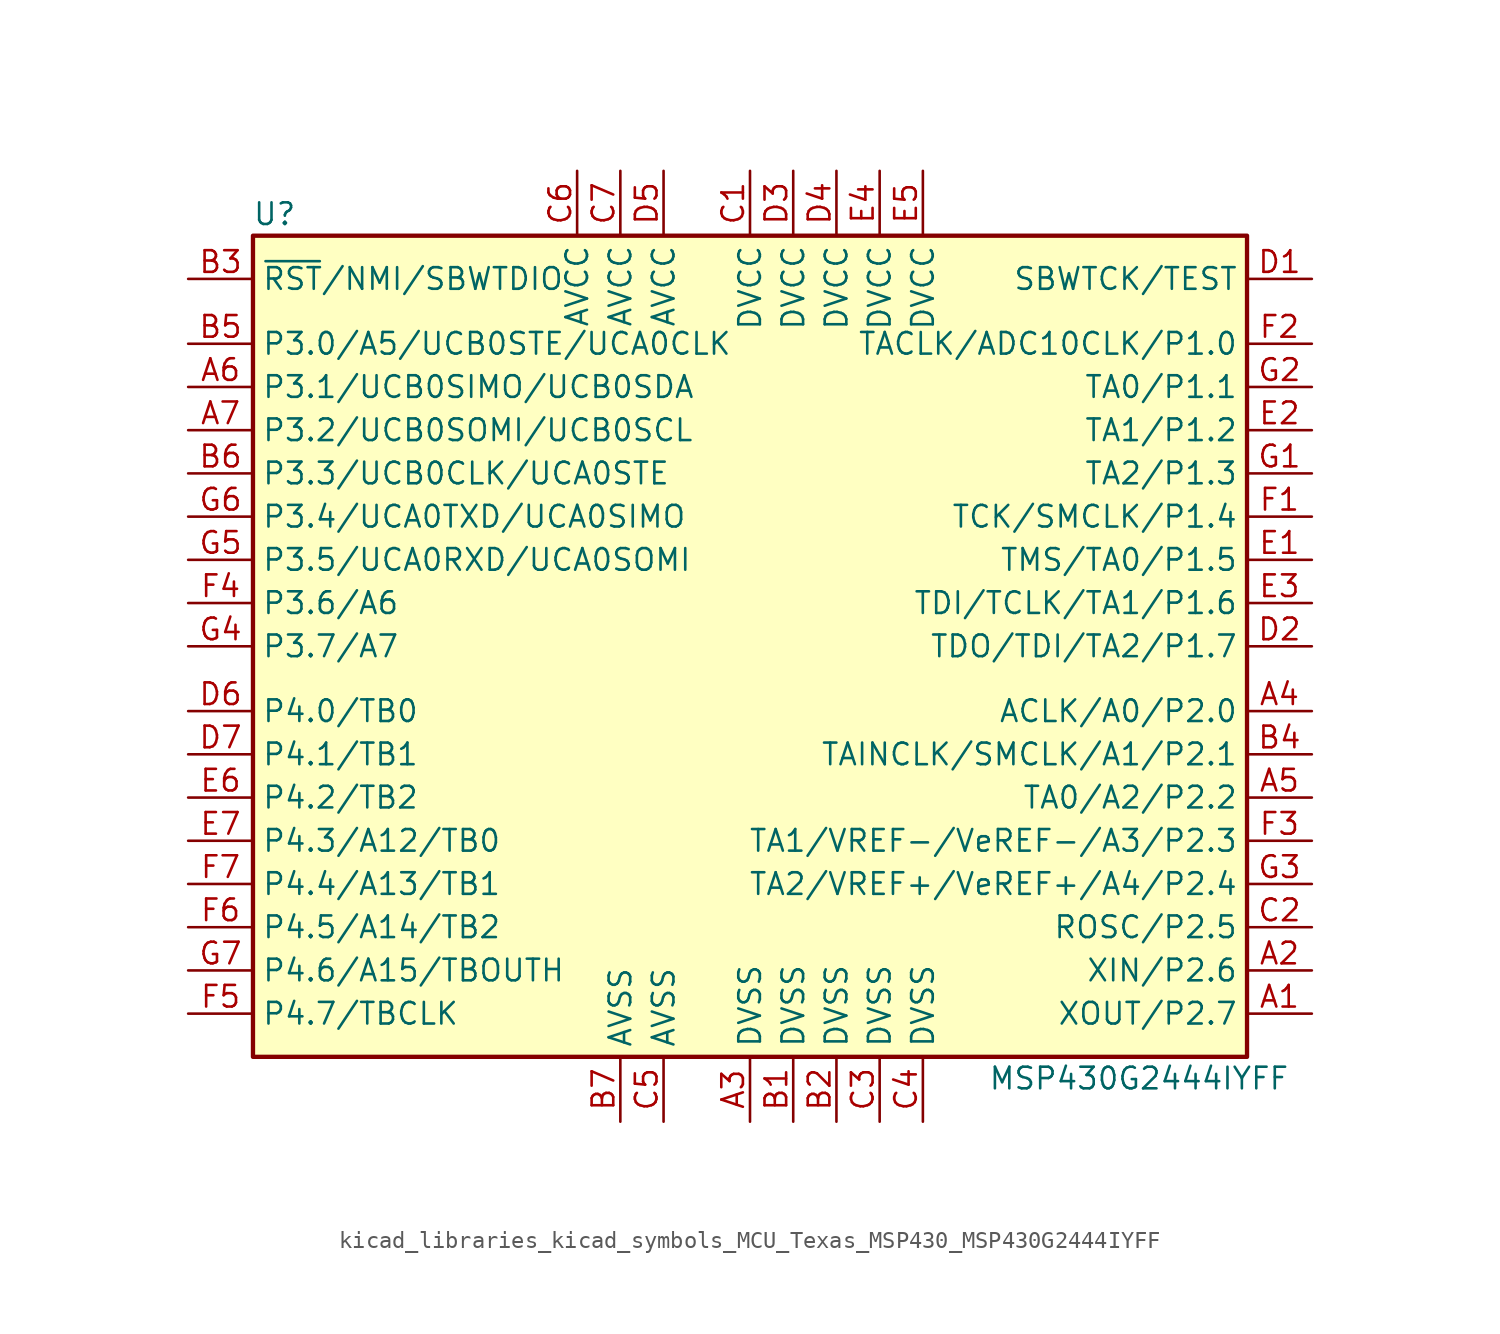
<source format=kicad_sym>
(kicad_symbol_lib
  (version 20220914)
  (generator kicad_symbol_editor)
  (symbol "kicad_libraries_kicad_symbols_MCU_Texas_MSP430_MSP430G2444IYFF"
    (property "Reference" "U"
      (at -27.94 25.4 0)
      (effects (font (size 1.27 1.27))))
    (property "Value" "MSP430G2444IYFF"
      (at 22.86 -25.4 0)
      (effects (font (size 1.27 1.27))))
    (symbol "kicad_libraries_kicad_symbols_MCU_Texas_MSP430_MSP430G2444IYFF_0_1"
      (rectangle (start -29.21 24.13) (end 29.21 -24.13) (stroke (width 0.254) (type default)) (fill (type background))))
    (symbol "kicad_libraries_kicad_symbols_MCU_Texas_MSP430_MSP430G2444IYFF_1_1"
      (pin bidirectional line (at 33.02 -21.59 180) (length 3.81) (name "XOUT/P2.7" (effects (font (size 1.27 1.27)))) (number "A1" (effects (font (size 1.27 1.27)))))
      (pin bidirectional line (at 33.02 -19.05 180) (length 3.81) (name "XIN/P2.6" (effects (font (size 1.27 1.27)))) (number "A2" (effects (font (size 1.27 1.27)))))
      (pin power_in line (at 0 -27.94 90) (length 3.81) (name "DVSS" (effects (font (size 1.27 1.27)))) (number "A3" (effects (font (size 1.27 1.27)))))
      (pin bidirectional line (at 33.02 -3.81 180) (length 3.81) (name "ACLK/A0/P2.0" (effects (font (size 1.27 1.27)))) (number "A4" (effects (font (size 1.27 1.27)))))
      (pin bidirectional line (at 33.02 -8.89 180) (length 3.81) (name "TA0/A2/P2.2" (effects (font (size 1.27 1.27)))) (number "A5" (effects (font (size 1.27 1.27)))))
      (pin bidirectional line (at -33.02 15.24 0) (length 3.81) (name "P3.1/UCB0SIMO/UCB0SDA" (effects (font (size 1.27 1.27)))) (number "A6" (effects (font (size 1.27 1.27)))))
      (pin bidirectional line (at -33.02 12.7 0) (length 3.81) (name "P3.2/UCB0SOMI/UCB0SCL" (effects (font (size 1.27 1.27)))) (number "A7" (effects (font (size 1.27 1.27)))))
      (pin power_in line (at 2.54 -27.94 90) (length 3.81) (name "DVSS" (effects (font (size 1.27 1.27)))) (number "B1" (effects (font (size 1.27 1.27)))))
      (pin power_in line (at 5.08 -27.94 90) (length 3.81) (name "DVSS" (effects (font (size 1.27 1.27)))) (number "B2" (effects (font (size 1.27 1.27)))))
      (pin input line (at -33.02 21.59 0) (length 3.81) (name "~{RST}/NMI/SBWTDIO" (effects (font (size 1.27 1.27)))) (number "B3" (effects (font (size 1.27 1.27)))))
      (pin bidirectional line (at 33.02 -6.35 180) (length 3.81) (name "TAINCLK/SMCLK/A1/P2.1" (effects (font (size 1.27 1.27)))) (number "B4" (effects (font (size 1.27 1.27)))))
      (pin bidirectional line (at -33.02 17.78 0) (length 3.81) (name "P3.0/A5/UCB0STE/UCA0CLK" (effects (font (size 1.27 1.27)))) (number "B5" (effects (font (size 1.27 1.27)))))
      (pin bidirectional line (at -33.02 10.16 0) (length 3.81) (name "P3.3/UCB0CLK/UCA0STE" (effects (font (size 1.27 1.27)))) (number "B6" (effects (font (size 1.27 1.27)))))
      (pin power_in line (at -7.62 -27.94 90) (length 3.81) (name "AVSS" (effects (font (size 1.27 1.27)))) (number "B7" (effects (font (size 1.27 1.27)))))
      (pin power_in line (at 0 27.94 270) (length 3.81) (name "DVCC" (effects (font (size 1.27 1.27)))) (number "C1" (effects (font (size 1.27 1.27)))))
      (pin bidirectional line (at 33.02 -16.51 180) (length 3.81) (name "ROSC/P2.5" (effects (font (size 1.27 1.27)))) (number "C2" (effects (font (size 1.27 1.27)))))
      (pin power_in line (at 7.62 -27.94 90) (length 3.81) (name "DVSS" (effects (font (size 1.27 1.27)))) (number "C3" (effects (font (size 1.27 1.27)))))
      (pin power_in line (at 10.16 -27.94 90) (length 3.81) (name "DVSS" (effects (font (size 1.27 1.27)))) (number "C4" (effects (font (size 1.27 1.27)))))
      (pin power_in line (at -5.08 -27.94 90) (length 3.81) (name "AVSS" (effects (font (size 1.27 1.27)))) (number "C5" (effects (font (size 1.27 1.27)))))
      (pin power_in line (at -10.16 27.94 270) (length 3.81) (name "AVCC" (effects (font (size 1.27 1.27)))) (number "C6" (effects (font (size 1.27 1.27)))))
      (pin power_in line (at -7.62 27.94 270) (length 3.81) (name "AVCC" (effects (font (size 1.27 1.27)))) (number "C7" (effects (font (size 1.27 1.27)))))
      (pin input line (at 33.02 21.59 180) (length 3.81) (name "SBWTCK/TEST" (effects (font (size 1.27 1.27)))) (number "D1" (effects (font (size 1.27 1.27)))))
      (pin bidirectional line (at 33.02 0 180) (length 3.81) (name "TDO/TDI/TA2/P1.7" (effects (font (size 1.27 1.27)))) (number "D2" (effects (font (size 1.27 1.27)))))
      (pin power_in line (at 2.54 27.94 270) (length 3.81) (name "DVCC" (effects (font (size 1.27 1.27)))) (number "D3" (effects (font (size 1.27 1.27)))))
      (pin power_in line (at 5.08 27.94 270) (length 3.81) (name "DVCC" (effects (font (size 1.27 1.27)))) (number "D4" (effects (font (size 1.27 1.27)))))
      (pin power_in line (at -5.08 27.94 270) (length 3.81) (name "AVCC" (effects (font (size 1.27 1.27)))) (number "D5" (effects (font (size 1.27 1.27)))))
      (pin bidirectional line (at -33.02 -3.81 0) (length 3.81) (name "P4.0/TB0" (effects (font (size 1.27 1.27)))) (number "D6" (effects (font (size 1.27 1.27)))))
      (pin bidirectional line (at -33.02 -6.35 0) (length 3.81) (name "P4.1/TB1" (effects (font (size 1.27 1.27)))) (number "D7" (effects (font (size 1.27 1.27)))))
      (pin bidirectional line (at 33.02 5.08 180) (length 3.81) (name "TMS/TA0/P1.5" (effects (font (size 1.27 1.27)))) (number "E1" (effects (font (size 1.27 1.27)))))
      (pin bidirectional line (at 33.02 12.7 180) (length 3.81) (name "TA1/P1.2" (effects (font (size 1.27 1.27)))) (number "E2" (effects (font (size 1.27 1.27)))))
      (pin bidirectional line (at 33.02 2.54 180) (length 3.81) (name "TDI/TCLK/TA1/P1.6" (effects (font (size 1.27 1.27)))) (number "E3" (effects (font (size 1.27 1.27)))))
      (pin power_in line (at 7.62 27.94 270) (length 3.81) (name "DVCC" (effects (font (size 1.27 1.27)))) (number "E4" (effects (font (size 1.27 1.27)))))
      (pin power_in line (at 10.16 27.94 270) (length 3.81) (name "DVCC" (effects (font (size 1.27 1.27)))) (number "E5" (effects (font (size 1.27 1.27)))))
      (pin bidirectional line (at -33.02 -8.89 0) (length 3.81) (name "P4.2/TB2" (effects (font (size 1.27 1.27)))) (number "E6" (effects (font (size 1.27 1.27)))))
      (pin bidirectional line (at -33.02 -11.43 0) (length 3.81) (name "P4.3/A12/TB0" (effects (font (size 1.27 1.27)))) (number "E7" (effects (font (size 1.27 1.27)))))
      (pin bidirectional line (at 33.02 7.62 180) (length 3.81) (name "TCK/SMCLK/P1.4" (effects (font (size 1.27 1.27)))) (number "F1" (effects (font (size 1.27 1.27)))))
      (pin bidirectional line (at 33.02 17.78 180) (length 3.81) (name "TACLK/ADC10CLK/P1.0" (effects (font (size 1.27 1.27)))) (number "F2" (effects (font (size 1.27 1.27)))))
      (pin bidirectional line (at 33.02 -11.43 180) (length 3.81) (name "TA1/VREF-/VeREF-/A3/P2.3" (effects (font (size 1.27 1.27)))) (number "F3" (effects (font (size 1.27 1.27)))))
      (pin bidirectional line (at -33.02 2.54 0) (length 3.81) (name "P3.6/A6" (effects (font (size 1.27 1.27)))) (number "F4" (effects (font (size 1.27 1.27)))))
      (pin bidirectional line (at -33.02 -21.59 0) (length 3.81) (name "P4.7/TBCLK" (effects (font (size 1.27 1.27)))) (number "F5" (effects (font (size 1.27 1.27)))))
      (pin bidirectional line (at -33.02 -16.51 0) (length 3.81) (name "P4.5/A14/TB2" (effects (font (size 1.27 1.27)))) (number "F6" (effects (font (size 1.27 1.27)))))
      (pin bidirectional line (at -33.02 -13.97 0) (length 3.81) (name "P4.4/A13/TB1" (effects (font (size 1.27 1.27)))) (number "F7" (effects (font (size 1.27 1.27)))))
      (pin bidirectional line (at 33.02 10.16 180) (length 3.81) (name "TA2/P1.3" (effects (font (size 1.27 1.27)))) (number "G1" (effects (font (size 1.27 1.27)))))
      (pin bidirectional line (at 33.02 15.24 180) (length 3.81) (name "TA0/P1.1" (effects (font (size 1.27 1.27)))) (number "G2" (effects (font (size 1.27 1.27)))))
      (pin bidirectional line (at 33.02 -13.97 180) (length 3.81) (name "TA2/VREF+/VeREF+/A4/P2.4" (effects (font (size 1.27 1.27)))) (number "G3" (effects (font (size 1.27 1.27)))))
      (pin bidirectional line (at -33.02 0 0) (length 3.81) (name "P3.7/A7" (effects (font (size 1.27 1.27)))) (number "G4" (effects (font (size 1.27 1.27)))))
      (pin bidirectional line (at -33.02 5.08 0) (length 3.81) (name "P3.5/UCA0RXD/UCA0SOMI" (effects (font (size 1.27 1.27)))) (number "G5" (effects (font (size 1.27 1.27)))))
      (pin bidirectional line (at -33.02 7.62 0) (length 3.81) (name "P3.4/UCA0TXD/UCA0SIMO" (effects (font (size 1.27 1.27)))) (number "G6" (effects (font (size 1.27 1.27)))))
      (pin bidirectional line (at -33.02 -19.05 0) (length 3.81) (name "P4.6/A15/TBOUTH" (effects (font (size 1.27 1.27)))) (number "G7" (effects (font (size 1.27 1.27))))))))
</source>
